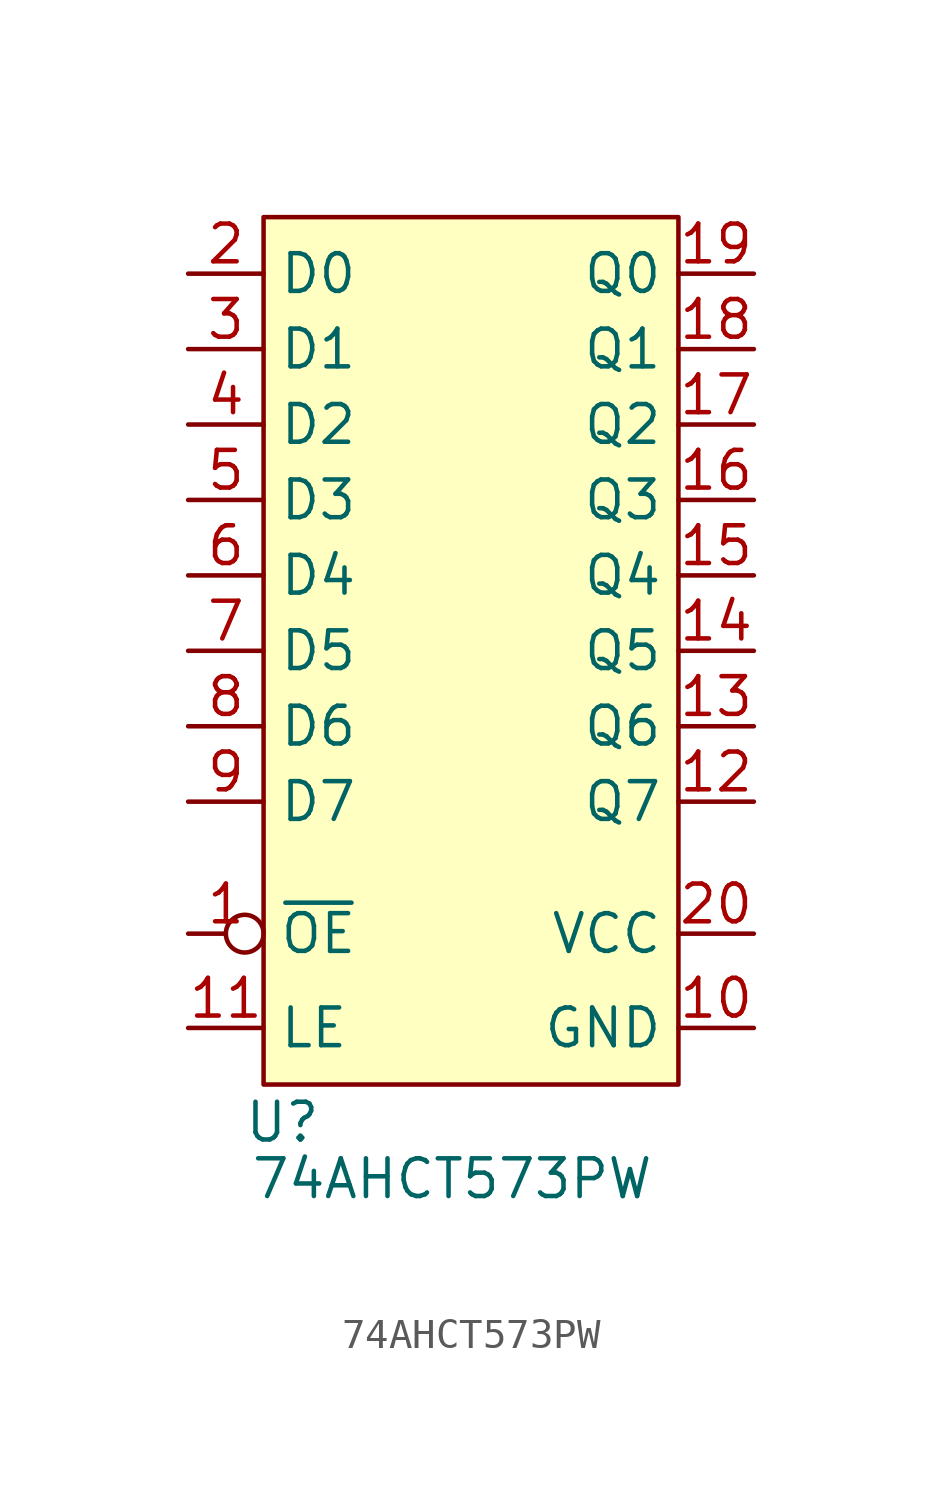
<source format=kicad_sym>
(kicad_symbol_lib
  (version 20211014)
  (generator kicad_symbol_editor)
  (symbol "74AHCT573PW"
    (property "Reference" "U"
      (at -6.35 -15.875 0)
      (effects (font (size 1.27 1.27))))
    (property "Value" "74AHCT573PW"
      (at -0.635 -17.78 0)
      (effects (font (size 1.27 1.27))))
    (symbol "74AHCT573PW_0_1"
      (rectangle (start -6.985 14.605) (end 6.985 -14.605) (stroke (width 0) (type default) (color 0 0 0 0)) (fill (type background))))
    (symbol "74AHCT573PW_1_1"
      (pin input inverted (at -9.525 -9.525 0) (length 2.54) (name "~{OE}" (effects (font (size 1.27 1.27)))) (number "1" (effects (font (size 1.27 1.27)))))
      (pin power_in line (at 9.525 -12.7 180) (length 2.54) (name "GND" (effects (font (size 1.27 1.27)))) (number "10" (effects (font (size 1.27 1.27)))))
      (pin input line (at -9.525 -12.7 0) (length 2.54) (name "LE" (effects (font (size 1.27 1.27)))) (number "11" (effects (font (size 1.27 1.27)))))
      (pin tri_state line (at 9.525 -5.08 180) (length 2.54) (name "Q7" (effects (font (size 1.27 1.27)))) (number "12" (effects (font (size 1.27 1.27)))))
      (pin tri_state line (at 9.525 -2.54 180) (length 2.54) (name "Q6" (effects (font (size 1.27 1.27)))) (number "13" (effects (font (size 1.27 1.27)))))
      (pin tri_state line (at 9.525 0 180) (length 2.54) (name "Q5" (effects (font (size 1.27 1.27)))) (number "14" (effects (font (size 1.27 1.27)))))
      (pin tri_state line (at 9.525 2.54 180) (length 2.54) (name "Q4" (effects (font (size 1.27 1.27)))) (number "15" (effects (font (size 1.27 1.27)))))
      (pin tri_state line (at 9.525 5.08 180) (length 2.54) (name "Q3" (effects (font (size 1.27 1.27)))) (number "16" (effects (font (size 1.27 1.27)))))
      (pin tri_state line (at 9.525 7.62 180) (length 2.54) (name "Q2" (effects (font (size 1.27 1.27)))) (number "17" (effects (font (size 1.27 1.27)))))
      (pin tri_state line (at 9.525 10.16 180) (length 2.54) (name "Q1" (effects (font (size 1.27 1.27)))) (number "18" (effects (font (size 1.27 1.27)))))
      (pin tri_state line (at 9.525 12.7 180) (length 2.54) (name "Q0" (effects (font (size 1.27 1.27)))) (number "19" (effects (font (size 1.27 1.27)))))
      (pin input line (at -9.525 12.7 0) (length 2.54) (name "D0" (effects (font (size 1.27 1.27)))) (number "2" (effects (font (size 1.27 1.27)))))
      (pin power_in line (at 9.525 -9.525 180) (length 2.54) (name "VCC" (effects (font (size 1.27 1.27)))) (number "20" (effects (font (size 1.27 1.27)))))
      (pin input line (at -9.525 10.16 0) (length 2.54) (name "D1" (effects (font (size 1.27 1.27)))) (number "3" (effects (font (size 1.27 1.27)))))
      (pin input line (at -9.525 7.62 0) (length 2.54) (name "D2" (effects (font (size 1.27 1.27)))) (number "4" (effects (font (size 1.27 1.27)))))
      (pin input line (at -9.525 5.08 0) (length 2.54) (name "D3" (effects (font (size 1.27 1.27)))) (number "5" (effects (font (size 1.27 1.27)))))
      (pin input line (at -9.525 2.54 0) (length 2.54) (name "D4" (effects (font (size 1.27 1.27)))) (number "6" (effects (font (size 1.27 1.27)))))
      (pin input line (at -9.525 0 0) (length 2.54) (name "D5" (effects (font (size 1.27 1.27)))) (number "7" (effects (font (size 1.27 1.27)))))
      (pin input line (at -9.525 -2.54 0) (length 2.54) (name "D6" (effects (font (size 1.27 1.27)))) (number "8" (effects (font (size 1.27 1.27)))))
      (pin input line (at -9.525 -5.08 0) (length 2.54) (name "D7" (effects (font (size 1.27 1.27)))) (number "9" (effects (font (size 1.27 1.27))))))))
</source>
